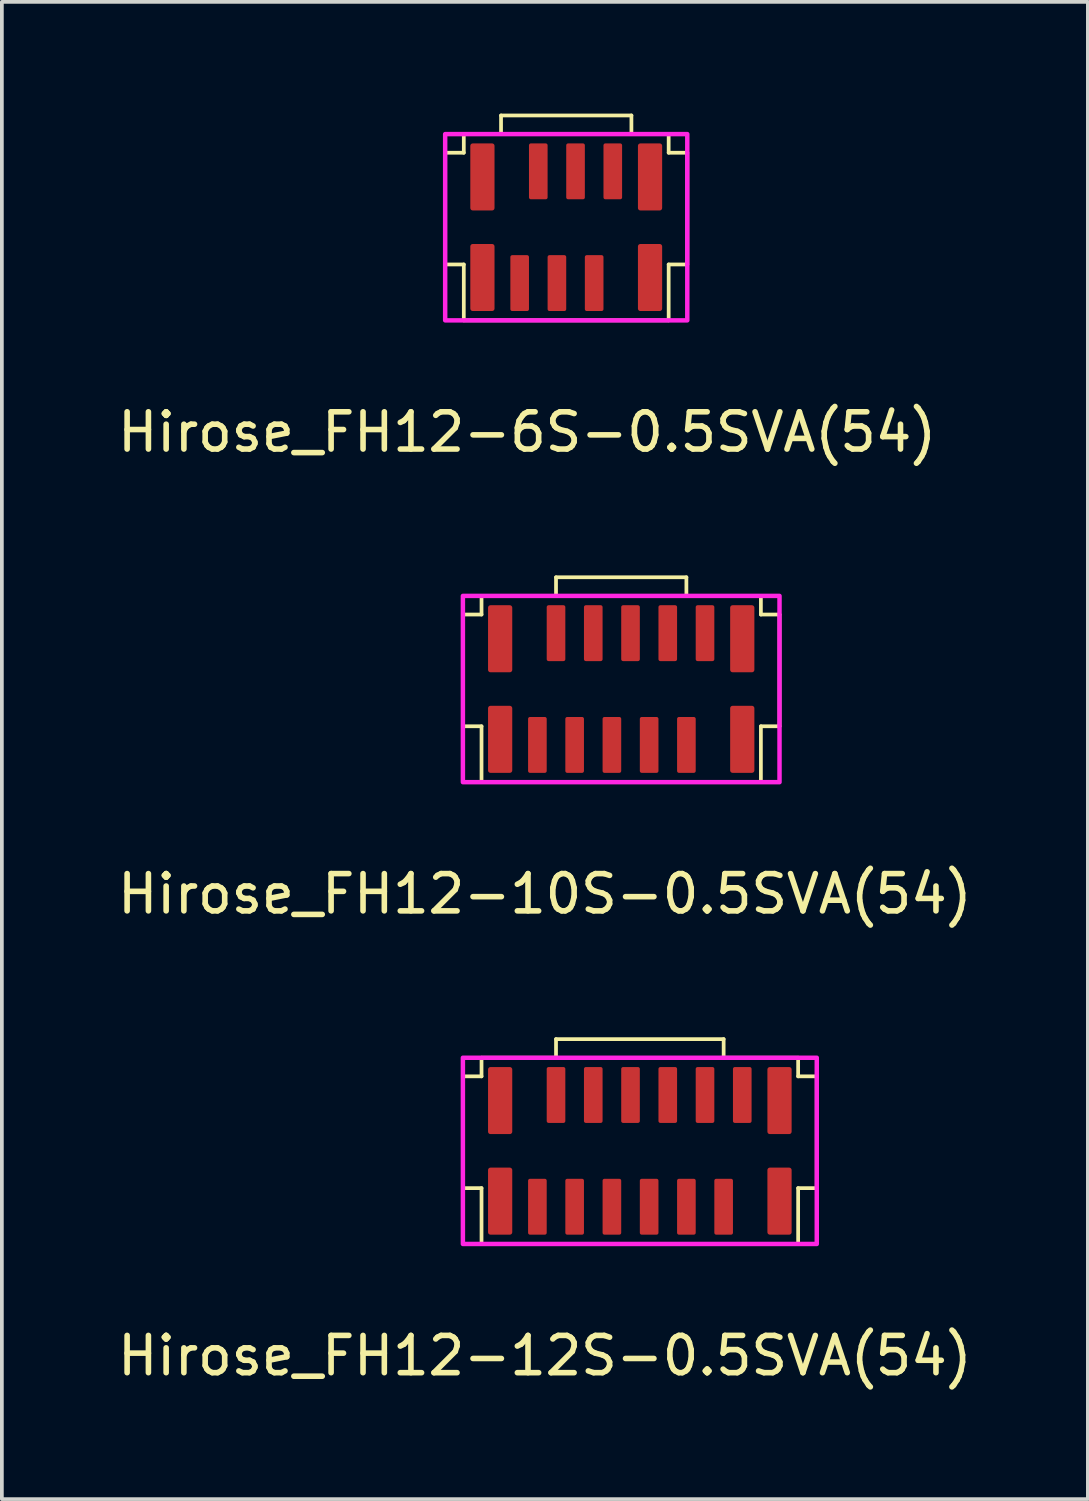
<source format=kicad_pcb>
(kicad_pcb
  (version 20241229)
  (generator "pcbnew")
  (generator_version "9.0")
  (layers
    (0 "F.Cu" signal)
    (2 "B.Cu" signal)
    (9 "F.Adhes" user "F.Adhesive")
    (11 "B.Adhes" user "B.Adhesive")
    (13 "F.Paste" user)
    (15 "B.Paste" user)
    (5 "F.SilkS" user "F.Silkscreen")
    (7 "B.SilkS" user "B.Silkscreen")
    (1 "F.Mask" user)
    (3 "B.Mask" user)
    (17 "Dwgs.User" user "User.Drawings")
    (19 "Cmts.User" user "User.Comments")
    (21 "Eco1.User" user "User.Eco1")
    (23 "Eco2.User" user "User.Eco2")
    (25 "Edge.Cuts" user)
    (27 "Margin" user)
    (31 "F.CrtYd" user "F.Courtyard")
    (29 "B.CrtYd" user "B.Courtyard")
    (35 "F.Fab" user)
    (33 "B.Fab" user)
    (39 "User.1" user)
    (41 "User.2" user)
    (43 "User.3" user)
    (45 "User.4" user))
  (footprint "Hirose_FH12-12S-0.5SVA(54)"
    (layer "F.Cu")
    (at 11.377 29.346)
    (property "Reference" "Hirose_FH12-12S-0.5SVA(54)" (at 0.2 4 0) (unlocked yes) (layer "F.SilkS") (effects (font (size 1 1) (thickness 0.15))))
    (fp_line (start -2 -3.5) (end -2 -0.5) (stroke (width 0.1) (type solid)) (layer "F.SilkS"))
    (fp_line (start -1.5 -4) (end -1.5 -3.5) (stroke (width 0.1) (type solid)) (layer "F.SilkS"))
    (fp_line (start -1.5 -3.5) (end -2 -3.5) (stroke (width 0.1) (type solid)) (layer "F.SilkS"))
    (fp_line (start -1.5 -0.5) (end -2 -0.5) (stroke (width 0.1) (type solid)) (layer "F.SilkS"))
    (fp_line (start -1.5 1) (end -1.5 -0.5) (stroke (width 0.1) (type solid)) (layer "F.SilkS"))
    (fp_line (start -1.5 1) (end 7 1) (stroke (width 0.1) (type solid)) (layer "F.SilkS"))
    (fp_line (start 0.5 -4.5) (end 5 -4.5) (stroke (width 0.1) (type solid)) (layer "F.SilkS"))
    (fp_line (start 0.5 -4) (end -1.5 -4) (stroke (width 0.1) (type solid)) (layer "F.SilkS"))
    (fp_line (start 0.5 -4) (end 0.5 -4.5) (stroke (width 0.1) (type solid)) (layer "F.SilkS"))
    (fp_line (start 5 -4.5) (end 5 -4) (stroke (width 0.1) (type solid)) (layer "F.SilkS"))
    (fp_line (start 5 -4) (end 7 -4) (stroke (width 0.1) (type solid)) (layer "F.SilkS"))
    (fp_line (start 7 -3.5) (end 7 -4) (stroke (width 0.1) (type solid)) (layer "F.SilkS"))
    (fp_line (start 7 -0.5) (end 7.5 -0.5) (stroke (width 0.1) (type solid)) (layer "F.SilkS"))
    (fp_line (start 7 1) (end 7 -0.5) (stroke (width 0.1) (type solid)) (layer "F.SilkS"))
    (fp_line (start 7.5 -3.5) (end 7 -3.5) (stroke (width 0.1) (type solid)) (layer "F.SilkS"))
    (fp_line (start 7.5 -0.5) (end 7.5 -3.5) (stroke (width 0.1) (type solid)) (layer "F.SilkS"))
    (fp_rect (start -2 -4) (end 7.5 1) (stroke (width 0.12) (type solid)) (fill no) (layer "F.CrtYd"))
    (pad "" smd roundrect (at -1 -2.85) (size 0.65 1.8) (layers "F.Cu" "F.Mask" "F.Paste") (roundrect_rratio 0.1))
    (pad "" smd roundrect (at -1 -0.15) (size 0.65 1.8) (layers "F.Cu" "F.Mask" "F.Paste") (roundrect_rratio 0.1))
    (pad "" smd roundrect (at 6.5 -2.85) (size 0.65 1.8) (layers "F.Cu" "F.Mask" "F.Paste") (roundrect_rratio 0.1))
    (pad "" smd roundrect (at 6.5 -0.15) (size 0.65 1.8) (layers "F.Cu" "F.Mask" "F.Paste") (roundrect_rratio 0.1))
    (pad "1" smd roundrect (at 0 0) (size 0.5 1.5) (layers "F.Cu" "F.Mask" "F.Paste") (roundrect_rratio 0.1))
    (pad "2" smd roundrect (at 0.5 -3) (size 0.5 1.5) (layers "F.Cu" "F.Mask" "F.Paste") (roundrect_rratio 0.1))
    (pad "3" smd roundrect (at 1 0) (size 0.5 1.5) (layers "F.Cu" "F.Mask" "F.Paste") (roundrect_rratio 0.1))
    (pad "4" smd roundrect (at 1.5 -3) (size 0.5 1.5) (layers "F.Cu" "F.Mask" "F.Paste") (roundrect_rratio 0.1))
    (pad "5" smd roundrect (at 2 0) (size 0.5 1.5) (layers "F.Cu" "F.Mask" "F.Paste") (roundrect_rratio 0.1))
    (pad "6" smd roundrect (at 2.5 -3) (size 0.5 1.5) (layers "F.Cu" "F.Mask" "F.Paste") (roundrect_rratio 0.1))
    (pad "7" smd roundrect (at 3 0) (size 0.5 1.5) (layers "F.Cu" "F.Mask" "F.Paste") (roundrect_rratio 0.1))
    (pad "8" smd roundrect (at 3.5 -3) (size 0.5 1.5) (layers "F.Cu" "F.Mask" "F.Paste") (roundrect_rratio 0.1))
    (pad "9" smd roundrect (at 4 0) (size 0.5 1.5) (layers "F.Cu" "F.Mask" "F.Paste") (roundrect_rratio 0.1))
    (pad "10" smd roundrect (at 4.5 -3) (size 0.5 1.5) (layers "F.Cu" "F.Mask" "F.Paste") (roundrect_rratio 0.1))
    (pad "11" smd roundrect (at 5 0) (size 0.5 1.5) (layers "F.Cu" "F.Mask" "F.Paste") (roundrect_rratio 0.1))
    (pad "12" smd roundrect (at 5.5 -3) (size 0.5 1.5) (layers "F.Cu" "F.Mask" "F.Paste") (roundrect_rratio 0.1)))
  (footprint "Hirose_FH12-6S-0.5SVA(54)"
    (layer "F.Cu")
    (at 10.901 4.55)
    (property "Reference" "Hirose_FH12-6S-0.5SVA(54)" (at 0.2 4 0) (unlocked yes) (layer "F.SilkS") (effects (font (size 1 1) (thickness 0.15))))
    (fp_line (start -2 -3.5) (end -2 -0.5) (stroke (width 0.1) (type solid)) (layer "F.SilkS"))
    (fp_line (start -2 -0.5) (end -1.5 -0.5) (stroke (width 0.1) (type solid)) (layer "F.SilkS"))
    (fp_line (start -1.5 -4) (end -1.5 -3.5) (stroke (width 0.1) (type solid)) (layer "F.SilkS"))
    (fp_line (start -1.5 -4) (end -0.5 -4) (stroke (width 0.1) (type solid)) (layer "F.SilkS"))
    (fp_line (start -1.5 -3.5) (end -2 -3.5) (stroke (width 0.1) (type solid)) (layer "F.SilkS"))
    (fp_line (start -1.5 -0.5) (end -1.5 1) (stroke (width 0.1) (type solid)) (layer "F.SilkS"))
    (fp_line (start -1.5 1) (end 4 1) (stroke (width 0.1) (type solid)) (layer "F.SilkS"))
    (fp_line (start -0.5 -4.5) (end 3 -4.5) (stroke (width 0.1) (type solid)) (layer "F.SilkS"))
    (fp_line (start -0.5 -4) (end -0.5 -4.5) (stroke (width 0.1) (type solid)) (layer "F.SilkS"))
    (fp_line (start 3 -4.5) (end 3 -4) (stroke (width 0.1) (type solid)) (layer "F.SilkS"))
    (fp_line (start 4 -4) (end 3 -4) (stroke (width 0.1) (type solid)) (layer "F.SilkS"))
    (fp_line (start 4 -3.5) (end 4 -4) (stroke (width 0.1) (type solid)) (layer "F.SilkS"))
    (fp_line (start 4 -0.5) (end 4.5 -0.5) (stroke (width 0.1) (type solid)) (layer "F.SilkS"))
    (fp_line (start 4 1) (end 4 -0.5) (stroke (width 0.1) (type solid)) (layer "F.SilkS"))
    (fp_line (start 4.5 -3.5) (end 4 -3.5) (stroke (width 0.1) (type solid)) (layer "F.SilkS"))
    (fp_line (start 4.5 -0.5) (end 4.5 -3.5) (stroke (width 0.1) (type solid)) (layer "F.SilkS"))
    (fp_rect (start -2 -4) (end 4.5 1) (stroke (width 0.12) (type solid)) (fill no) (layer "F.CrtYd"))
    (pad "" smd roundrect (at -1 -2.85) (size 0.65 1.8) (layers "F.Cu" "F.Mask" "F.Paste") (roundrect_rratio 0.1))
    (pad "" smd roundrect (at -1 -0.15) (size 0.65 1.8) (layers "F.Cu" "F.Mask" "F.Paste") (roundrect_rratio 0.1))
    (pad "" smd roundrect (at 3.5 -2.85) (size 0.65 1.8) (layers "F.Cu" "F.Mask" "F.Paste") (roundrect_rratio 0.1))
    (pad "" smd roundrect (at 3.5 -0.15) (size 0.65 1.8) (layers "F.Cu" "F.Mask" "F.Paste") (roundrect_rratio 0.1))
    (pad "1" smd roundrect (at 0 0) (size 0.5 1.5) (layers "F.Cu" "F.Mask" "F.Paste") (roundrect_rratio 0.1))
    (pad "2" smd roundrect (at 0.5 -3) (size 0.5 1.5) (layers "F.Cu" "F.Mask" "F.Paste") (roundrect_rratio 0.1))
    (pad "3" smd roundrect (at 1 0) (size 0.5 1.5) (layers "F.Cu" "F.Mask" "F.Paste") (roundrect_rratio 0.1))
    (pad "4" smd roundrect (at 1.5 -3) (size 0.5 1.5) (layers "F.Cu" "F.Mask" "F.Paste") (roundrect_rratio 0.1))
    (pad "5" smd roundrect (at 2 0) (size 0.5 1.5) (layers "F.Cu" "F.Mask" "F.Paste") (roundrect_rratio 0.1))
    (pad "6" smd roundrect (at 2.5 -3) (size 0.5 1.5) (layers "F.Cu" "F.Mask" "F.Paste") (roundrect_rratio 0.1)))
  (footprint "Hirose_FH12-10S-0.5SVA(54)"
    (layer "F.Cu")
    (at 11.377 16.948)
    (property "Reference" "Hirose_FH12-10S-0.5SVA(54)" (at 0.2 4 0) (unlocked yes) (layer "F.SilkS") (effects (font (size 1 1) (thickness 0.15))))
    (fp_line (start -2 -3.5) (end -2 -0.5) (stroke (width 0.1) (type solid)) (layer "F.SilkS"))
    (fp_line (start -2 -0.5) (end -1.5 -0.5) (stroke (width 0.1) (type solid)) (layer "F.SilkS"))
    (fp_line (start -1.5 -4) (end -1.5 -3.5) (stroke (width 0.1) (type solid)) (layer "F.SilkS"))
    (fp_line (start -1.5 -4) (end 0.5 -4) (stroke (width 0.1) (type solid)) (layer "F.SilkS"))
    (fp_line (start -1.5 -3.5) (end -2 -3.5) (stroke (width 0.1) (type solid)) (layer "F.SilkS"))
    (fp_line (start -1.5 -0.5) (end -1.5 1) (stroke (width 0.1) (type solid)) (layer "F.SilkS"))
    (fp_line (start -1.5 1) (end 6 1) (stroke (width 0.1) (type solid)) (layer "F.SilkS"))
    (fp_line (start 0.5 -4.5) (end 4 -4.5) (stroke (width 0.1) (type solid)) (layer "F.SilkS"))
    (fp_line (start 0.5 -4) (end 0.5 -4.5) (stroke (width 0.1) (type solid)) (layer "F.SilkS"))
    (fp_line (start 4 -4.5) (end 4 -4) (stroke (width 0.1) (type solid)) (layer "F.SilkS"))
    (fp_line (start 4 -4) (end 6 -4) (stroke (width 0.1) (type solid)) (layer "F.SilkS"))
    (fp_line (start 6 -3.5) (end 6 -4) (stroke (width 0.1) (type solid)) (layer "F.SilkS"))
    (fp_line (start 6 -0.5) (end 6.5 -0.5) (stroke (width 0.1) (type solid)) (layer "F.SilkS"))
    (fp_line (start 6 1) (end 6 -0.5) (stroke (width 0.1) (type solid)) (layer "F.SilkS"))
    (fp_line (start 6.5 -3.5) (end 6 -3.5) (stroke (width 0.1) (type solid)) (layer "F.SilkS"))
    (fp_line (start 6.5 -0.5) (end 6.5 -3.5) (stroke (width 0.1) (type solid)) (layer "F.SilkS"))
    (fp_rect (start -2 -4) (end 6.5 1) (stroke (width 0.12) (type solid)) (fill no) (layer "F.CrtYd"))
    (pad "" smd roundrect (at -1 -2.85) (size 0.65 1.8) (layers "F.Cu" "F.Mask" "F.Paste") (roundrect_rratio 0.1))
    (pad "" smd roundrect (at -1 -0.15) (size 0.65 1.8) (layers "F.Cu" "F.Mask" "F.Paste") (roundrect_rratio 0.1))
    (pad "" smd roundrect (at 5.5 -2.85) (size 0.65 1.8) (layers "F.Cu" "F.Mask" "F.Paste") (roundrect_rratio 0.1))
    (pad "" smd roundrect (at 5.5 -0.15) (size 0.65 1.8) (layers "F.Cu" "F.Mask" "F.Paste") (roundrect_rratio 0.1))
    (pad "1" smd roundrect (at 0 0) (size 0.5 1.5) (layers "F.Cu" "F.Mask" "F.Paste") (roundrect_rratio 0.1))
    (pad "2" smd roundrect (at 0.5 -3) (size 0.5 1.5) (layers "F.Cu" "F.Mask" "F.Paste") (roundrect_rratio 0.1))
    (pad "3" smd roundrect (at 1 0) (size 0.5 1.5) (layers "F.Cu" "F.Mask" "F.Paste") (roundrect_rratio 0.1))
    (pad "4" smd roundrect (at 1.5 -3) (size 0.5 1.5) (layers "F.Cu" "F.Mask" "F.Paste") (roundrect_rratio 0.1))
    (pad "5" smd roundrect (at 2 0) (size 0.5 1.5) (layers "F.Cu" "F.Mask" "F.Paste") (roundrect_rratio 0.1))
    (pad "6" smd roundrect (at 2.5 -3) (size 0.5 1.5) (layers "F.Cu" "F.Mask" "F.Paste") (roundrect_rratio 0.1))
    (pad "7" smd roundrect (at 3 0) (size 0.5 1.5) (layers "F.Cu" "F.Mask" "F.Paste") (roundrect_rratio 0.1))
    (pad "8" smd roundrect (at 3.5 -3) (size 0.5 1.5) (layers "F.Cu" "F.Mask" "F.Paste") (roundrect_rratio 0.1))
    (pad "9" smd roundrect (at 4 0) (size 0.5 1.5) (layers "F.Cu" "F.Mask" "F.Paste") (roundrect_rratio 0.1))
    (pad "10" smd roundrect (at 4.5 -3) (size 0.5 1.5) (layers "F.Cu" "F.Mask" "F.Paste") (roundrect_rratio 0.1)))
  (gr_rect
    (start -3 -3)
    (end 26.155 37.195)
    (stroke (width 0.1) (type default))
    (fill no)
    (layer "Edge.Cuts")))
</source>
